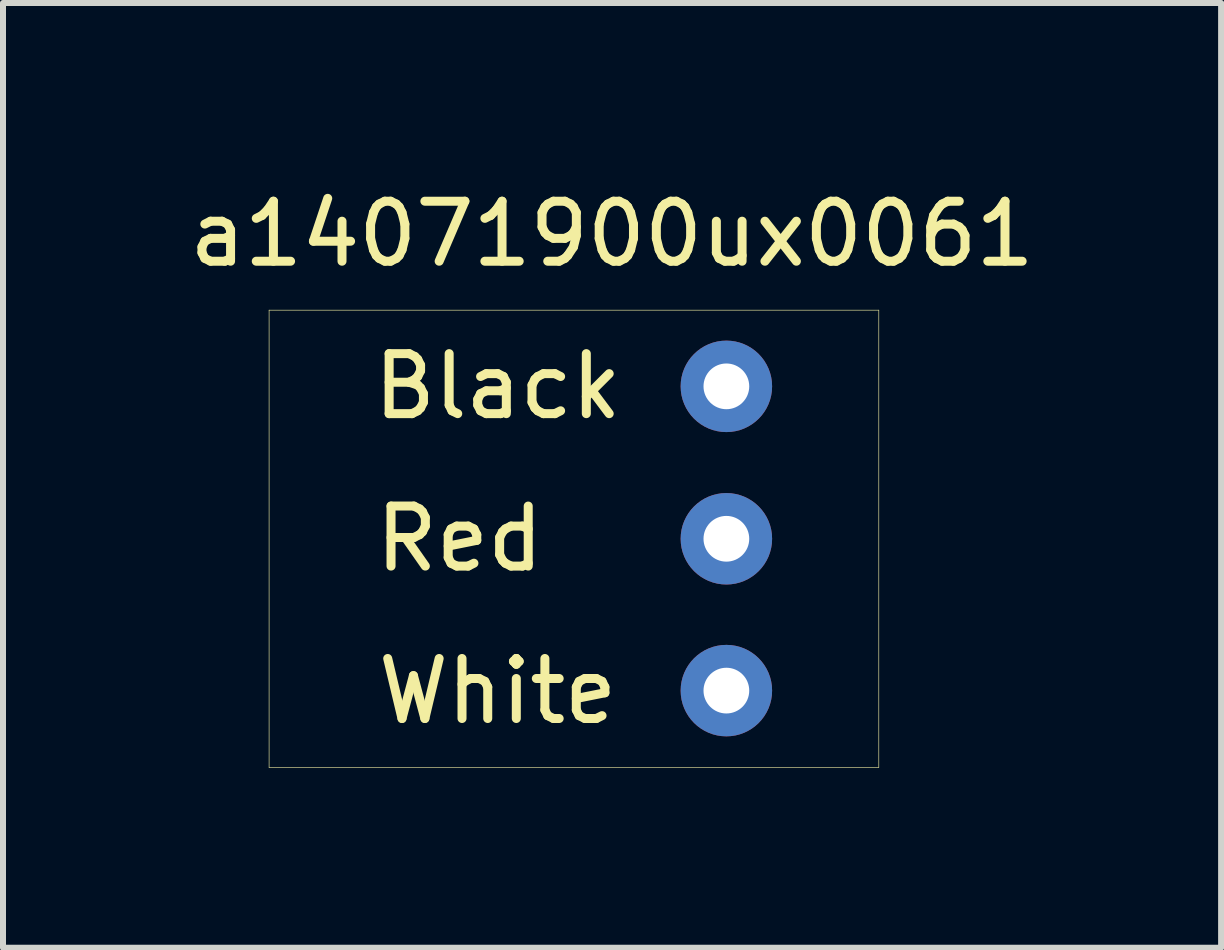
<source format=kicad_pcb>
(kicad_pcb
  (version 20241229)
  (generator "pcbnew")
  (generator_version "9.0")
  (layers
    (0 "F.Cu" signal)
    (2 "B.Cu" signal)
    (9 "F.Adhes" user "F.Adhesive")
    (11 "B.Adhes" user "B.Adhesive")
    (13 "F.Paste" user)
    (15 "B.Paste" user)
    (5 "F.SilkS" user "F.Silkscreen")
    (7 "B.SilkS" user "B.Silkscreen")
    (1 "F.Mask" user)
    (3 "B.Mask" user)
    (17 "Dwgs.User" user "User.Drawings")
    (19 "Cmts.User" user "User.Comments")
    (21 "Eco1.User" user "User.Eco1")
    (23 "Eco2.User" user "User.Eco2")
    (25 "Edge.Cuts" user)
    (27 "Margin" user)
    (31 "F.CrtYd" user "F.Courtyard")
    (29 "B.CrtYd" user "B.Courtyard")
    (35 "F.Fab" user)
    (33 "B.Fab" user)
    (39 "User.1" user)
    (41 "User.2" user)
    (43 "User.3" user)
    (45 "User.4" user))
  (footprint "a14071900ux0061"
    (layer "F.Cu")
    (at 9.054 8.468)
    (property "Reference" "a14071900ux0061" (at -1.905 -7.62 0) (layer "F.SilkS") (effects (font (size 1 1) (thickness 0.15))))
    (attr through_hole)
    (fp_line (start -7.62 -6.35) (end 2.54 -6.35) (stroke (width 0.01) (type solid)) (layer "F.SilkS"))
    (fp_line (start -7.62 1.27) (end -7.62 -6.35) (stroke (width 0.01) (type solid)) (layer "F.SilkS"))
    (fp_line (start 2.54 -6.35) (end 2.54 1.27) (stroke (width 0.01) (type solid)) (layer "F.SilkS"))
    (fp_line (start 2.54 1.27) (end -7.62 1.27) (stroke (width 0.01) (type solid)) (layer "F.SilkS"))
    (fp_text user "Black" (at -3.81 -5.08 0) (layer "F.SilkS") (effects (font (size 1 1) (thickness 0.15))))
    (fp_text user "White" (at -3.81 0 0) (layer "F.SilkS") (effects (font (size 1 1) (thickness 0.15))))
    (fp_text user "Red" (at -4.445 -2.54 0) (layer "F.SilkS") (effects (font (size 1 1) (thickness 0.15))))
    (pad "1" thru_hole circle (at 0 -0.01) (size 1.524 1.524) (drill 0.762) (layers "*.Cu" "*.Mask"))
    (pad "2" thru_hole circle (at 0 -2.54) (size 1.524 1.524) (drill 0.762) (layers "*.Cu" "*.Mask"))
    (pad "3" thru_hole circle (at 0 -5.08) (size 1.524 1.524) (drill 0.762) (layers "*.Cu" "*.Mask")))
  (gr_rect
    (start -3 -3)
    (end 17.298 12.743)
    (stroke (width 0.1) (type default))
    (fill no)
    (layer "Edge.Cuts")))
</source>
